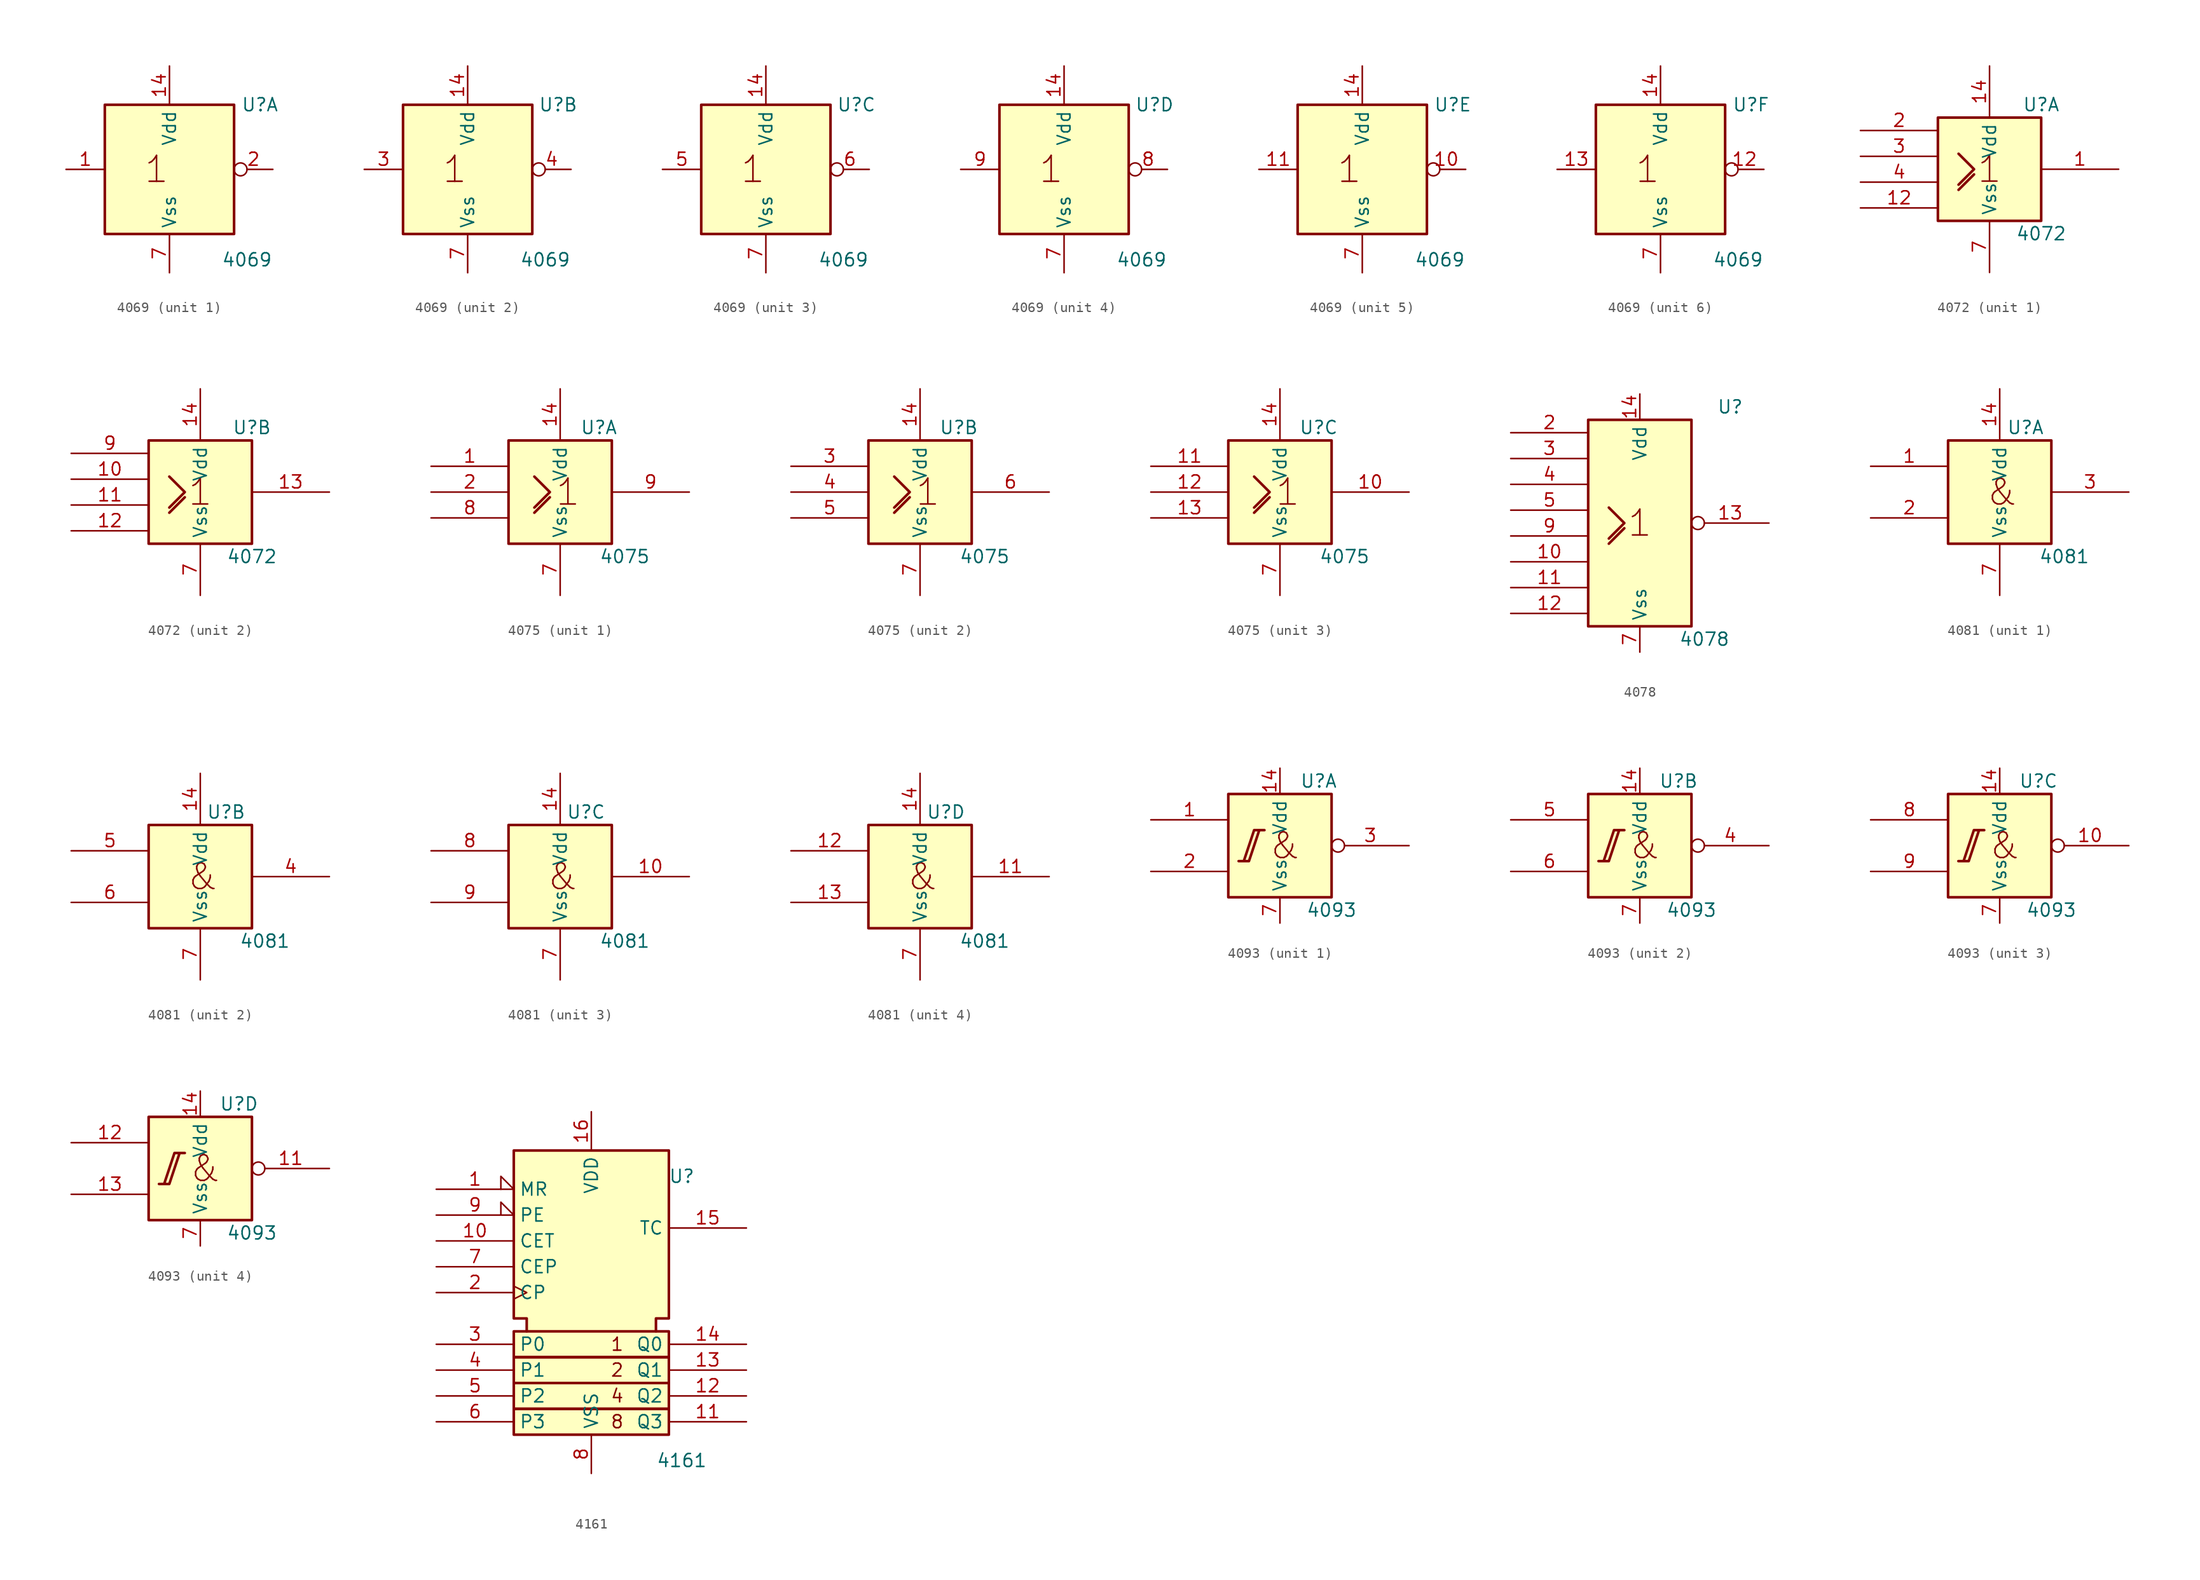
<source format=kicad_sym>
(kicad_symbol_lib
  (version 20220914)
  (generator kicad_symbol_editor)
  (symbol "4069"
    (property "Reference" "U"
      (at 8.89 6.35 0)
      (effects (font (size 1.27 1.27))))
    (property "Value" "4069"
      (at 7.62 -8.89 0)
      (effects (font (size 1.27 1.27))))
    (symbol "4069_0_0"
      (text "1" (at -1.27 0 0) (effects (font (size 2.54 2.54))))
      (pin power_in line (at 0 10.16 270) (length 3.81) (name "Vdd" (effects (font (size 1.27 1.27)))) (number "14" (effects (font (size 1.27 1.27)))))
      (pin power_in line (at 0 -10.16 90) (length 3.81) (name "Vss" (effects (font (size 1.27 1.27)))) (number "7" (effects (font (size 1.27 1.27))))))
    (symbol "4069_0_1"
      (rectangle (start -6.35 6.35) (end 6.35 -6.35) (stroke (width 0.254) (type default)) (fill (type background))))
    (symbol "4069_1_1"
      (pin input line (at -10.16 0 0) (length 3.81) (name "~" (effects (font (size 1.27 1.27)))) (number "1" (effects (font (size 1.27 1.27)))))
      (pin output inverted (at 10.16 0 180) (length 3.81) (name "~" (effects (font (size 1.27 1.27)))) (number "2" (effects (font (size 1.27 1.27))))))
    (symbol "4069_2_1"
      (pin input line (at -10.16 0 0) (length 3.81) (name "~" (effects (font (size 1.27 1.27)))) (number "3" (effects (font (size 1.27 1.27)))))
      (pin output inverted (at 10.16 0 180) (length 3.81) (name "~" (effects (font (size 1.27 1.27)))) (number "4" (effects (font (size 1.27 1.27))))))
    (symbol "4069_3_1"
      (pin input line (at -10.16 0 0) (length 3.81) (name "~" (effects (font (size 1.27 1.27)))) (number "5" (effects (font (size 1.27 1.27)))))
      (pin output inverted (at 10.16 0 180) (length 3.81) (name "~" (effects (font (size 1.27 1.27)))) (number "6" (effects (font (size 1.27 1.27))))))
    (symbol "4069_4_1"
      (pin output inverted (at 10.16 0 180) (length 3.81) (name "~" (effects (font (size 1.27 1.27)))) (number "8" (effects (font (size 1.27 1.27)))))
      (pin input line (at -10.16 0 0) (length 3.81) (name "~" (effects (font (size 1.27 1.27)))) (number "9" (effects (font (size 1.27 1.27))))))
    (symbol "4069_5_1"
      (pin output inverted (at 10.16 0 180) (length 3.81) (name "~" (effects (font (size 1.27 1.27)))) (number "10" (effects (font (size 1.27 1.27)))))
      (pin input line (at -10.16 0 0) (length 3.81) (name "~" (effects (font (size 1.27 1.27)))) (number "11" (effects (font (size 1.27 1.27))))))
    (symbol "4069_6_1"
      (pin output inverted (at 10.16 0 180) (length 3.81) (name "~" (effects (font (size 1.27 1.27)))) (number "12" (effects (font (size 1.27 1.27)))))
      (pin input line (at -10.16 0 0) (length 3.81) (name "~" (effects (font (size 1.27 1.27)))) (number "13" (effects (font (size 1.27 1.27)))))))
  (symbol "4072"
    (property "Reference" "U"
      (at 5.08 6.35 0)
      (effects (font (size 1.27 1.27))))
    (property "Value" "4072"
      (at 5.08 -6.35 0)
      (effects (font (size 1.27 1.27))))
    (symbol "4072_0_0"
      (polyline (pts (xy -3.048 -2.032) (xy -1.524 -0.508) (xy -1.524 -0.508)) (stroke (width 0.254) (type default)) (fill (type background)))
      (polyline (pts (xy -3.048 1.524) (xy -1.524 0) (xy -3.048 -1.524) (xy -3.048 -1.524)) (stroke (width 0.254) (type default)) (fill (type background)))
      (text "1" (at 0 0 0) (effects (font (size 2.54 2.54)))))
    (symbol "4072_0_1"
      (rectangle (start -5.08 5.08) (end 5.08 -5.08) (stroke (width 0.254) (type default)) (fill (type background)))
      (pin power_in line (at 0 10.16 270) (length 5.08) (name "Vdd" (effects (font (size 1.27 1.27)))) (number "14" (effects (font (size 1.27 1.27)))))
      (pin power_in line (at 0 -10.16 90) (length 5.08) (name "Vss" (effects (font (size 1.27 1.27)))) (number "7" (effects (font (size 1.27 1.27))))))
    (symbol "4072_1_1"
      (pin output line (at 12.7 0 180) (length 7.62) (name "~" (effects (font (size 1.27 1.27)))) (number "1" (effects (font (size 1.27 1.27)))))
      (pin input line (at -12.7 -3.81 0) (length 7.62) (name "~" (effects (font (size 1.27 1.27)))) (number "12" (effects (font (size 1.27 1.27)))))
      (pin input line (at -12.7 3.81 0) (length 7.62) (name "~" (effects (font (size 1.27 1.27)))) (number "2" (effects (font (size 1.27 1.27)))))
      (pin input line (at -12.7 1.27 0) (length 7.62) (name "~" (effects (font (size 1.27 1.27)))) (number "3" (effects (font (size 1.27 1.27)))))
      (pin input line (at -12.7 -1.27 0) (length 7.62) (name "~" (effects (font (size 1.27 1.27)))) (number "4" (effects (font (size 1.27 1.27))))))
    (symbol "4072_2_1"
      (pin input line (at -12.7 1.27 0) (length 7.62) (name "~" (effects (font (size 1.27 1.27)))) (number "10" (effects (font (size 1.27 1.27)))))
      (pin input line (at -12.7 -1.27 0) (length 7.62) (name "~" (effects (font (size 1.27 1.27)))) (number "11" (effects (font (size 1.27 1.27)))))
      (pin input line (at -12.7 -3.81 0) (length 7.62) (name "~" (effects (font (size 1.27 1.27)))) (number "12" (effects (font (size 1.27 1.27)))))
      (pin output line (at 12.7 0 180) (length 7.62) (name "~" (effects (font (size 1.27 1.27)))) (number "13" (effects (font (size 1.27 1.27)))))
      (pin input line (at -12.7 3.81 0) (length 7.62) (name "~" (effects (font (size 1.27 1.27)))) (number "9" (effects (font (size 1.27 1.27)))))))
  (symbol "4075"
    (property "Reference" "U"
      (at 3.81 6.35 0)
      (effects (font (size 1.27 1.27))))
    (property "Value" "4075"
      (at 6.35 -6.35 0)
      (effects (font (size 1.27 1.27))))
    (symbol "4075_0_0"
      (rectangle (start -5.08 5.08) (end 5.08 -5.08) (stroke (width 0.254) (type default)) (fill (type background)))
      (polyline (pts (xy -2.54 -2.032) (xy -1.016 -0.508) (xy -1.016 -0.508)) (stroke (width 0.254) (type default)) (fill (type background)))
      (polyline (pts (xy -2.54 1.524) (xy -1.016 0) (xy -2.54 -1.524) (xy -2.54 -1.524)) (stroke (width 0.254) (type default)) (fill (type background)))
      (text "1" (at 0.762 0 0) (effects (font (size 2.54 2.54))))
      (pin power_in line (at 0 10.16 270) (length 5.08) (name "Vdd" (effects (font (size 1.27 1.27)))) (number "14" (effects (font (size 1.27 1.27)))))
      (pin power_in line (at 0 -10.16 90) (length 5.08) (name "Vss" (effects (font (size 1.27 1.27)))) (number "7" (effects (font (size 1.27 1.27))))))
    (symbol "4075_1_1"
      (pin input line (at -12.7 2.54 0) (length 7.62) (name "~" (effects (font (size 1.27 1.27)))) (number "1" (effects (font (size 1.27 1.27)))))
      (pin input line (at -12.7 0 0) (length 7.62) (name "~" (effects (font (size 1.27 1.27)))) (number "2" (effects (font (size 1.27 1.27)))))
      (pin input line (at -12.7 -2.54 0) (length 7.62) (name "~" (effects (font (size 1.27 1.27)))) (number "8" (effects (font (size 1.27 1.27)))))
      (pin output line (at 12.7 0 180) (length 7.62) (name "~" (effects (font (size 1.27 1.27)))) (number "9" (effects (font (size 1.27 1.27))))))
    (symbol "4075_2_1"
      (pin input line (at -12.7 2.54 0) (length 7.62) (name "~" (effects (font (size 1.27 1.27)))) (number "3" (effects (font (size 1.27 1.27)))))
      (pin input line (at -12.7 0 0) (length 7.62) (name "~" (effects (font (size 1.27 1.27)))) (number "4" (effects (font (size 1.27 1.27)))))
      (pin input line (at -12.7 -2.54 0) (length 7.62) (name "~" (effects (font (size 1.27 1.27)))) (number "5" (effects (font (size 1.27 1.27)))))
      (pin output line (at 12.7 0 180) (length 7.62) (name "~" (effects (font (size 1.27 1.27)))) (number "6" (effects (font (size 1.27 1.27))))))
    (symbol "4075_3_1"
      (pin output line (at 12.7 0 180) (length 7.62) (name "~" (effects (font (size 1.27 1.27)))) (number "10" (effects (font (size 1.27 1.27)))))
      (pin input line (at -12.7 2.54 0) (length 7.62) (name "~" (effects (font (size 1.27 1.27)))) (number "11" (effects (font (size 1.27 1.27)))))
      (pin input line (at -12.7 0 0) (length 7.62) (name "~" (effects (font (size 1.27 1.27)))) (number "12" (effects (font (size 1.27 1.27)))))
      (pin input line (at -12.7 -2.54 0) (length 7.62) (name "~" (effects (font (size 1.27 1.27)))) (number "13" (effects (font (size 1.27 1.27)))))))
  (symbol "4078"
    (property "Reference" "U"
      (at 8.89 11.43 0)
      (effects (font (size 1.27 1.27))))
    (property "Value" "4078"
      (at 6.35 -11.43 0)
      (effects (font (size 1.27 1.27))))
    (symbol "4078_0_0"
      (rectangle (start -5.08 10.16) (end 5.08 -10.16) (stroke (width 0.254) (type default)) (fill (type background)))
      (polyline (pts (xy -3.048 -2.032) (xy -1.524 -0.508) (xy -1.524 -0.508)) (stroke (width 0.254) (type default)) (fill (type background)))
      (polyline (pts (xy -3.048 1.524) (xy -1.524 0) (xy -3.048 -1.524) (xy -3.048 -1.524)) (stroke (width 0.254) (type default)) (fill (type background)))
      (text "1" (at 0 0 0) (effects (font (size 2.54 2.54))))
      (pin power_in line (at 0 12.7 270) (length 2.54) (name "Vdd" (effects (font (size 1.27 1.27)))) (number "14" (effects (font (size 1.27 1.27)))))
      (pin power_in line (at 0 -12.7 90) (length 2.54) (name "Vss" (effects (font (size 1.27 1.27)))) (number "7" (effects (font (size 1.27 1.27))))))
    (symbol "4078_1_1"
      (pin output line (at -12.7 -3.81 0) (length 7.62) (name "~" (effects (font (size 1.27 1.27)))) (number "10" (effects (font (size 1.27 1.27)))))
      (pin output line (at -12.7 -6.35 0) (length 7.62) (name "~" (effects (font (size 1.27 1.27)))) (number "11" (effects (font (size 1.27 1.27)))))
      (pin power_in line (at -12.7 -8.89 0) (length 7.62) (name "~" (effects (font (size 1.27 1.27)))) (number "12" (effects (font (size 1.27 1.27)))))
      (pin output inverted (at 12.7 0 180) (length 7.62) (name "~" (effects (font (size 1.27 1.27)))) (number "13" (effects (font (size 1.27 1.27)))))
      (pin input line (at -12.7 8.89 0) (length 7.62) (name "~" (effects (font (size 1.27 1.27)))) (number "2" (effects (font (size 1.27 1.27)))))
      (pin input line (at -12.7 6.35 0) (length 7.62) (name "~" (effects (font (size 1.27 1.27)))) (number "3" (effects (font (size 1.27 1.27)))))
      (pin input line (at -12.7 3.81 0) (length 7.62) (name "~" (effects (font (size 1.27 1.27)))) (number "4" (effects (font (size 1.27 1.27)))))
      (pin output line (at -12.7 1.27 0) (length 7.62) (name "~" (effects (font (size 1.27 1.27)))) (number "5" (effects (font (size 1.27 1.27)))))
      (pin output line (at -12.7 -1.27 0) (length 7.62) (name "~" (effects (font (size 1.27 1.27)))) (number "9" (effects (font (size 1.27 1.27)))))))
  (symbol "4081"
    (property "Reference" "U"
      (at 2.54 6.35 0)
      (effects (font (size 1.27 1.27))))
    (property "Value" "4081"
      (at 6.35 -6.35 0)
      (effects (font (size 1.27 1.27))))
    (symbol "4081_0_0"
      (rectangle (start -5.08 5.08) (end 5.08 -5.08) (stroke (width 0.254) (type default)) (fill (type background)))
      (text "&" (at 0.254 0 0) (effects (font (size 2.54 2.54))))
      (pin power_in line (at 0 10.16 270) (length 5.08) (name "Vdd" (effects (font (size 1.27 1.27)))) (number "14" (effects (font (size 1.27 1.27)))))
      (pin power_in line (at 0 -10.16 90) (length 5.08) (name "Vss" (effects (font (size 1.27 1.27)))) (number "7" (effects (font (size 1.27 1.27))))))
    (symbol "4081_1_1"
      (pin input line (at -12.7 2.54 0) (length 7.62) (name "~" (effects (font (size 1.27 1.27)))) (number "1" (effects (font (size 1.27 1.27)))))
      (pin input line (at -12.7 -2.54 0) (length 7.62) (name "~" (effects (font (size 1.27 1.27)))) (number "2" (effects (font (size 1.27 1.27)))))
      (pin output line (at 12.7 0 180) (length 7.62) (name "~" (effects (font (size 1.27 1.27)))) (number "3" (effects (font (size 1.27 1.27))))))
    (symbol "4081_2_1"
      (pin output line (at 12.7 0 180) (length 7.62) (name "~" (effects (font (size 1.27 1.27)))) (number "4" (effects (font (size 1.27 1.27)))))
      (pin input line (at -12.7 2.54 0) (length 7.62) (name "~" (effects (font (size 1.27 1.27)))) (number "5" (effects (font (size 1.27 1.27)))))
      (pin input line (at -12.7 -2.54 0) (length 7.62) (name "~" (effects (font (size 1.27 1.27)))) (number "6" (effects (font (size 1.27 1.27))))))
    (symbol "4081_3_1"
      (pin output line (at 12.7 0 180) (length 7.62) (name "~" (effects (font (size 1.27 1.27)))) (number "10" (effects (font (size 1.27 1.27)))))
      (pin input line (at -12.7 2.54 0) (length 7.62) (name "~" (effects (font (size 1.27 1.27)))) (number "8" (effects (font (size 1.27 1.27)))))
      (pin input line (at -12.7 -2.54 0) (length 7.62) (name "~" (effects (font (size 1.27 1.27)))) (number "9" (effects (font (size 1.27 1.27))))))
    (symbol "4081_4_1"
      (pin output line (at 12.7 0 180) (length 7.62) (name "~" (effects (font (size 1.27 1.27)))) (number "11" (effects (font (size 1.27 1.27)))))
      (pin input line (at -12.7 2.54 0) (length 7.62) (name "~" (effects (font (size 1.27 1.27)))) (number "12" (effects (font (size 1.27 1.27)))))
      (pin input line (at -12.7 -2.54 0) (length 7.62) (name "~" (effects (font (size 1.27 1.27)))) (number "13" (effects (font (size 1.27 1.27)))))))
  (symbol "4093"
    (property "Reference" "U"
      (at 3.81 6.35 0)
      (effects (font (size 1.27 1.27))))
    (property "Value" "4093"
      (at 5.08 -6.35 0)
      (effects (font (size 1.27 1.27))))
    (symbol "4093_0_0"
      (rectangle (start -5.08 5.08) (end 5.08 -5.08) (stroke (width 0.254) (type default)) (fill (type background)))
      (polyline (pts (xy -4.064 -1.524) (xy -3.048 -1.524) (xy -2.032 1.524) (xy -1.524 1.524) (xy -2.54 1.524) (xy -3.556 -1.524) (xy -3.556 -1.524)) (stroke (width 0.254) (type default)) (fill (type background)))
      (text "&" (at 0.508 0 0) (effects (font (size 2.54 2.54))))
      (pin power_in line (at 0 7.62 270) (length 2.54) (name "Vdd" (effects (font (size 1.27 1.27)))) (number "14" (effects (font (size 1.27 1.27)))))
      (pin power_in line (at 0 -7.62 90) (length 2.54) (name "Vss" (effects (font (size 1.27 1.27)))) (number "7" (effects (font (size 1.27 1.27))))))
    (symbol "4093_1_1"
      (pin input line (at -12.7 2.54 0) (length 7.62) (name "~" (effects (font (size 1.27 1.27)))) (number "1" (effects (font (size 1.27 1.27)))))
      (pin input line (at -12.7 -2.54 0) (length 7.62) (name "~" (effects (font (size 1.27 1.27)))) (number "2" (effects (font (size 1.27 1.27)))))
      (pin output inverted (at 12.7 0 180) (length 7.62) (name "~" (effects (font (size 1.27 1.27)))) (number "3" (effects (font (size 1.27 1.27))))))
    (symbol "4093_2_1"
      (pin output inverted (at 12.7 0 180) (length 7.62) (name "~" (effects (font (size 1.27 1.27)))) (number "4" (effects (font (size 1.27 1.27)))))
      (pin input line (at -12.7 2.54 0) (length 7.62) (name "~" (effects (font (size 1.27 1.27)))) (number "5" (effects (font (size 1.27 1.27)))))
      (pin input line (at -12.7 -2.54 0) (length 7.62) (name "~" (effects (font (size 1.27 1.27)))) (number "6" (effects (font (size 1.27 1.27))))))
    (symbol "4093_3_1"
      (pin output inverted (at 12.7 0 180) (length 7.62) (name "~" (effects (font (size 1.27 1.27)))) (number "10" (effects (font (size 1.27 1.27)))))
      (pin input line (at -12.7 2.54 0) (length 7.62) (name "~" (effects (font (size 1.27 1.27)))) (number "8" (effects (font (size 1.27 1.27)))))
      (pin input line (at -12.7 -2.54 0) (length 7.62) (name "~" (effects (font (size 1.27 1.27)))) (number "9" (effects (font (size 1.27 1.27))))))
    (symbol "4093_4_1"
      (pin output inverted (at 12.7 0 180) (length 7.62) (name "~" (effects (font (size 1.27 1.27)))) (number "11" (effects (font (size 1.27 1.27)))))
      (pin input line (at -12.7 2.54 0) (length 7.62) (name "~" (effects (font (size 1.27 1.27)))) (number "12" (effects (font (size 1.27 1.27)))))
      (pin input line (at -12.7 -2.54 0) (length 7.62) (name "~" (effects (font (size 1.27 1.27)))) (number "13" (effects (font (size 1.27 1.27)))))))
  (symbol "4161"
    (property "Reference" "U"
      (at 8.89 8.89 0)
      (effects (font (size 1.27 1.27))))
    (property "Value" "4161"
      (at 8.89 -19.05 0)
      (effects (font (size 1.27 1.27))))
    (symbol "4161_0_0"
      (rectangle (start -7.62 -13.97) (end 7.62 -16.51) (stroke (width 0.254) (type default)) (fill (type background)))
      (rectangle (start -7.62 -11.43) (end 7.62 -13.97) (stroke (width 0.254) (type default)) (fill (type background)))
      (rectangle (start -7.62 -8.89) (end 7.62 -11.43) (stroke (width 0.254) (type default)) (fill (type background)))
      (rectangle (start -7.62 -6.35) (end 7.62 -8.89) (stroke (width 0.254) (type default)) (fill (type background)))
      (polyline (pts (xy -6.35 -6.35) (xy -6.35 -5.08) (xy -7.62 -5.08) (xy -7.62 11.43) (xy 7.62 11.43) (xy 7.62 -5.08) (xy 6.35 -5.08) (xy 6.35 -6.35) (xy 6.35 -6.35)) (stroke (width 0.254) (type default)) (fill (type background)))
      (text "1" (at 2.54 -7.62 0) (effects (font (size 1.27 1.27))))
      (text "2" (at 2.54 -10.16 0) (effects (font (size 1.27 1.27))))
      (text "4" (at 2.54 -12.7 0) (effects (font (size 1.27 1.27))))
      (text "8" (at 2.54 -15.24 0) (effects (font (size 1.27 1.27)))))
    (symbol "4161_1_1"
      (pin input input_low (at -15.24 7.62 0) (length 7.62) (name "MR" (effects (font (size 1.27 1.27)))) (number "1" (effects (font (size 1.27 1.27)))))
      (pin input line (at -15.24 2.54 0) (length 7.62) (name "CET" (effects (font (size 1.27 1.27)))) (number "10" (effects (font (size 1.27 1.27)))))
      (pin output line (at 15.24 -15.24 180) (length 7.62) (name "Q3" (effects (font (size 1.27 1.27)))) (number "11" (effects (font (size 1.27 1.27)))))
      (pin output line (at 15.24 -12.7 180) (length 7.62) (name "Q2" (effects (font (size 1.27 1.27)))) (number "12" (effects (font (size 1.27 1.27)))))
      (pin output line (at 15.24 -10.16 180) (length 7.62) (name "Q1" (effects (font (size 1.27 1.27)))) (number "13" (effects (font (size 1.27 1.27)))))
      (pin output line (at 15.24 -7.62 180) (length 7.62) (name "Q0" (effects (font (size 1.27 1.27)))) (number "14" (effects (font (size 1.27 1.27)))))
      (pin output line (at 15.24 3.81 180) (length 7.62) (name "TC" (effects (font (size 1.27 1.27)))) (number "15" (effects (font (size 1.27 1.27)))))
      (pin power_in line (at 0 15.24 270) (length 3.81) (name "VDD" (effects (font (size 1.27 1.27)))) (number "16" (effects (font (size 1.27 1.27)))))
      (pin input clock (at -15.24 -2.54 0) (length 7.62) (name "CP" (effects (font (size 1.27 1.27)))) (number "2" (effects (font (size 1.27 1.27)))))
      (pin input line (at -15.24 -7.62 0) (length 7.62) (name "P0" (effects (font (size 1.27 1.27)))) (number "3" (effects (font (size 1.27 1.27)))))
      (pin input line (at -15.24 -10.16 0) (length 7.62) (name "P1" (effects (font (size 1.27 1.27)))) (number "4" (effects (font (size 1.27 1.27)))))
      (pin input line (at -15.24 -12.7 0) (length 7.62) (name "P2" (effects (font (size 1.27 1.27)))) (number "5" (effects (font (size 1.27 1.27)))))
      (pin input line (at -15.24 -15.24 0) (length 7.62) (name "P3" (effects (font (size 1.27 1.27)))) (number "6" (effects (font (size 1.27 1.27)))))
      (pin input line (at -15.24 0 0) (length 7.62) (name "CEP" (effects (font (size 1.27 1.27)))) (number "7" (effects (font (size 1.27 1.27)))))
      (pin power_in line (at 0 -20.32 90) (length 3.81) (name "VSS" (effects (font (size 1.27 1.27)))) (number "8" (effects (font (size 1.27 1.27)))))
      (pin input input_low (at -15.24 5.08 0) (length 7.62) (name "PE" (effects (font (size 1.27 1.27)))) (number "9" (effects (font (size 1.27 1.27))))))))
</source>
